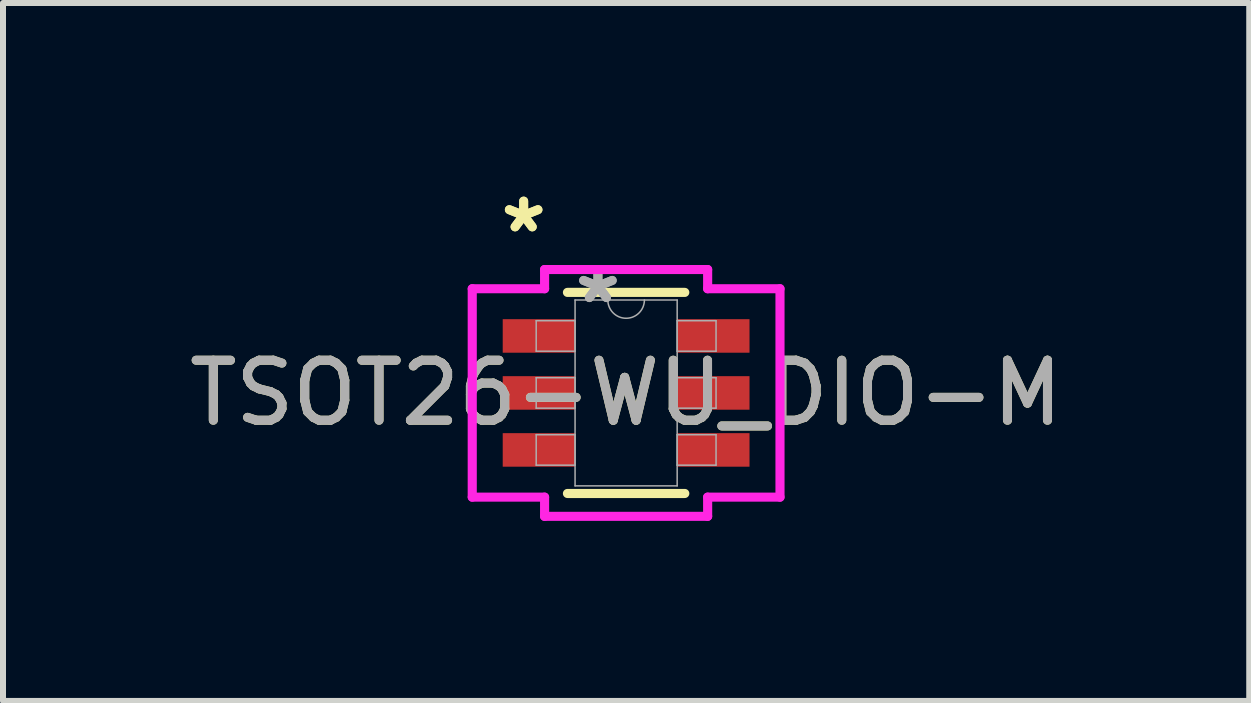
<source format=kicad_pcb>
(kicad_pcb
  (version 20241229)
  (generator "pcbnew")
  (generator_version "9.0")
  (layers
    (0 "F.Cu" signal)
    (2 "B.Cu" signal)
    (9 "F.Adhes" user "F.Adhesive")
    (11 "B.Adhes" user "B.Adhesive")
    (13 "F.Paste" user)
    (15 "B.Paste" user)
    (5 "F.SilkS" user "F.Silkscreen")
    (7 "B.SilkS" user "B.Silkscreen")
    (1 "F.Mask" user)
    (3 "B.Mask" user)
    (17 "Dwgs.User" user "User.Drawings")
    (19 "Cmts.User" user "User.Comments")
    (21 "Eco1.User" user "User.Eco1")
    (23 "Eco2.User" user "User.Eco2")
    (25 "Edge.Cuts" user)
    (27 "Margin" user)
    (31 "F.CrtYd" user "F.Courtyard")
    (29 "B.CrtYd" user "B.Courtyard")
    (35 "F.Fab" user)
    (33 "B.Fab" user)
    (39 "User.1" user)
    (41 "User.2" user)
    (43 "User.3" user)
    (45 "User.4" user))
  (footprint "TSOT26-WU_DIO-M"
    (layer "F.Cu")
    (at 7.387 3.5)
    (property "Reference" "TSOT26-WU_DIO-M" (at 0 0 0) (unlocked yes) (layer "F.SilkS") (effects (font (size 1 1) (thickness 0.15))))
    (attr smd)
    (fp_line (start -0.978 1.676) (end 0.978 1.676) (stroke (width 0.152) (type solid)) (layer "F.SilkS"))
    (fp_line (start 0.978 -1.676) (end -0.978 -1.676) (stroke (width 0.152) (type solid)) (layer "F.SilkS"))
    (fp_line (start -2.565 -1.737) (end -1.359 -1.737) (stroke (width 0.152) (type solid)) (layer "F.CrtYd"))
    (fp_line (start -2.565 1.737) (end -2.565 -1.737) (stroke (width 0.152) (type solid)) (layer "F.CrtYd"))
    (fp_line (start -2.565 1.737) (end -1.359 1.737) (stroke (width 0.152) (type solid)) (layer "F.CrtYd"))
    (fp_line (start -1.359 -2.057) (end 1.359 -2.057) (stroke (width 0.152) (type solid)) (layer "F.CrtYd"))
    (fp_line (start -1.359 -1.737) (end -1.359 -2.057) (stroke (width 0.152) (type solid)) (layer "F.CrtYd"))
    (fp_line (start -1.359 2.057) (end -1.359 1.737) (stroke (width 0.152) (type solid)) (layer "F.CrtYd"))
    (fp_line (start 1.359 -2.057) (end 1.359 -1.737) (stroke (width 0.152) (type solid)) (layer "F.CrtYd"))
    (fp_line (start 1.359 1.737) (end 1.359 2.057) (stroke (width 0.152) (type solid)) (layer "F.CrtYd"))
    (fp_line (start 1.359 2.057) (end -1.359 2.057) (stroke (width 0.152) (type solid)) (layer "F.CrtYd"))
    (fp_line (start 2.565 -1.737) (end 1.359 -1.737) (stroke (width 0.152) (type solid)) (layer "F.CrtYd"))
    (fp_line (start 2.565 -1.737) (end 2.565 1.737) (stroke (width 0.152) (type solid)) (layer "F.CrtYd"))
    (fp_line (start 2.565 1.737) (end 1.359 1.737) (stroke (width 0.152) (type solid)) (layer "F.CrtYd"))
    (fp_line (start -1.499 -1.204) (end -1.499 -0.696) (stroke (width 0.025) (type solid)) (layer "F.Fab"))
    (fp_line (start -1.499 -0.696) (end -0.851 -0.696) (stroke (width 0.025) (type solid)) (layer "F.Fab"))
    (fp_line (start -1.499 -0.254) (end -1.499 0.254) (stroke (width 0.025) (type solid)) (layer "F.Fab"))
    (fp_line (start -1.499 0.254) (end -0.851 0.254) (stroke (width 0.025) (type solid)) (layer "F.Fab"))
    (fp_line (start -1.499 0.696) (end -1.499 1.204) (stroke (width 0.025) (type solid)) (layer "F.Fab"))
    (fp_line (start -1.499 1.204) (end -0.851 1.204) (stroke (width 0.025) (type solid)) (layer "F.Fab"))
    (fp_line (start -0.851 -1.549) (end -0.851 1.549) (stroke (width 0.025) (type solid)) (layer "F.Fab"))
    (fp_line (start -0.851 -1.204) (end -1.499 -1.204) (stroke (width 0.025) (type solid)) (layer "F.Fab"))
    (fp_line (start -0.851 -0.696) (end -0.851 -1.204) (stroke (width 0.025) (type solid)) (layer "F.Fab"))
    (fp_line (start -0.851 -0.254) (end -1.499 -0.254) (stroke (width 0.025) (type solid)) (layer "F.Fab"))
    (fp_line (start -0.851 0.254) (end -0.851 -0.254) (stroke (width 0.025) (type solid)) (layer "F.Fab"))
    (fp_line (start -0.851 0.696) (end -1.499 0.696) (stroke (width 0.025) (type solid)) (layer "F.Fab"))
    (fp_line (start -0.851 1.204) (end -0.851 0.696) (stroke (width 0.025) (type solid)) (layer "F.Fab"))
    (fp_line (start -0.851 1.549) (end 0.851 1.549) (stroke (width 0.025) (type solid)) (layer "F.Fab"))
    (fp_line (start 0.851 -1.549) (end -0.851 -1.549) (stroke (width 0.025) (type solid)) (layer "F.Fab"))
    (fp_line (start 0.851 -1.204) (end 0.851 -0.696) (stroke (width 0.025) (type solid)) (layer "F.Fab"))
    (fp_line (start 0.851 -0.696) (end 1.499 -0.696) (stroke (width 0.025) (type solid)) (layer "F.Fab"))
    (fp_line (start 0.851 -0.254) (end 0.851 0.254) (stroke (width 0.025) (type solid)) (layer "F.Fab"))
    (fp_line (start 0.851 0.254) (end 1.499 0.254) (stroke (width 0.025) (type solid)) (layer "F.Fab"))
    (fp_line (start 0.851 0.696) (end 0.851 1.204) (stroke (width 0.025) (type solid)) (layer "F.Fab"))
    (fp_line (start 0.851 1.204) (end 1.499 1.204) (stroke (width 0.025) (type solid)) (layer "F.Fab"))
    (fp_line (start 0.851 1.549) (end 0.851 -1.549) (stroke (width 0.025) (type solid)) (layer "F.Fab"))
    (fp_line (start 1.499 -1.204) (end 0.851 -1.204) (stroke (width 0.025) (type solid)) (layer "F.Fab"))
    (fp_line (start 1.499 -0.696) (end 1.499 -1.204) (stroke (width 0.025) (type solid)) (layer "F.Fab"))
    (fp_line (start 1.499 -0.254) (end 0.851 -0.254) (stroke (width 0.025) (type solid)) (layer "F.Fab"))
    (fp_line (start 1.499 0.254) (end 1.499 -0.254) (stroke (width 0.025) (type solid)) (layer "F.Fab"))
    (fp_line (start 1.499 0.696) (end 0.851 0.696) (stroke (width 0.025) (type solid)) (layer "F.Fab"))
    (fp_line (start 1.499 1.204) (end 1.499 0.696) (stroke (width 0.025) (type solid)) (layer "F.Fab"))
    (fp_arc (start 0.3048 -1.5494) (mid 0 -1.2446) (end -0.3048 -1.5494) (stroke (width 0.0254) (type solid)) (layer "F.Fab"))
    (fp_text user "*" (at -1.708 -2.652 0) (layer "F.SilkS") (effects (font (size 1 1) (thickness 0.15))))
    (fp_text user "*" (at -1.708 -2.652 0) (unlocked yes) (layer "F.SilkS") (effects (font (size 1 1) (thickness 0.15))))
    (fp_text user "${REFERENCE}" (at 0 0 0) (unlocked yes) (layer "F.Fab") (effects (font (size 1 1) (thickness 0.15))))
    (fp_text user "*" (at -0.47 -1.473 0) (layer "F.Fab") (effects (font (size 1 1) (thickness 0.15))))
    (fp_text user "*" (at -0.47 -1.473 0) (unlocked yes) (layer "F.Fab") (effects (font (size 1 1) (thickness 0.15))))
    (pad "1" smd rect (at -1.454 -0.95) (size 1.206 0.559) (layers "F.Cu" "F.Mask" "F.Paste"))
    (pad "2" smd rect (at -1.454 0) (size 1.206 0.559) (layers "F.Cu" "F.Mask" "F.Paste"))
    (pad "3" smd rect (at -1.454 0.95) (size 1.206 0.559) (layers "F.Cu" "F.Mask" "F.Paste"))
    (pad "4" smd rect (at 1.454 0.95) (size 1.206 0.559) (layers "F.Cu" "F.Mask" "F.Paste"))
    (pad "5" smd rect (at 1.454 0) (size 1.206 0.559) (layers "F.Cu" "F.Mask" "F.Paste"))
    (pad "6" smd rect (at 1.454 -0.95) (size 1.206 0.559) (layers "F.Cu" "F.Mask" "F.Paste")))
  (gr_rect
    (start -3 -3)
    (end 17.774 8.634)
    (stroke (width 0.1) (type default))
    (fill no)
    (layer "Edge.Cuts")))
</source>
